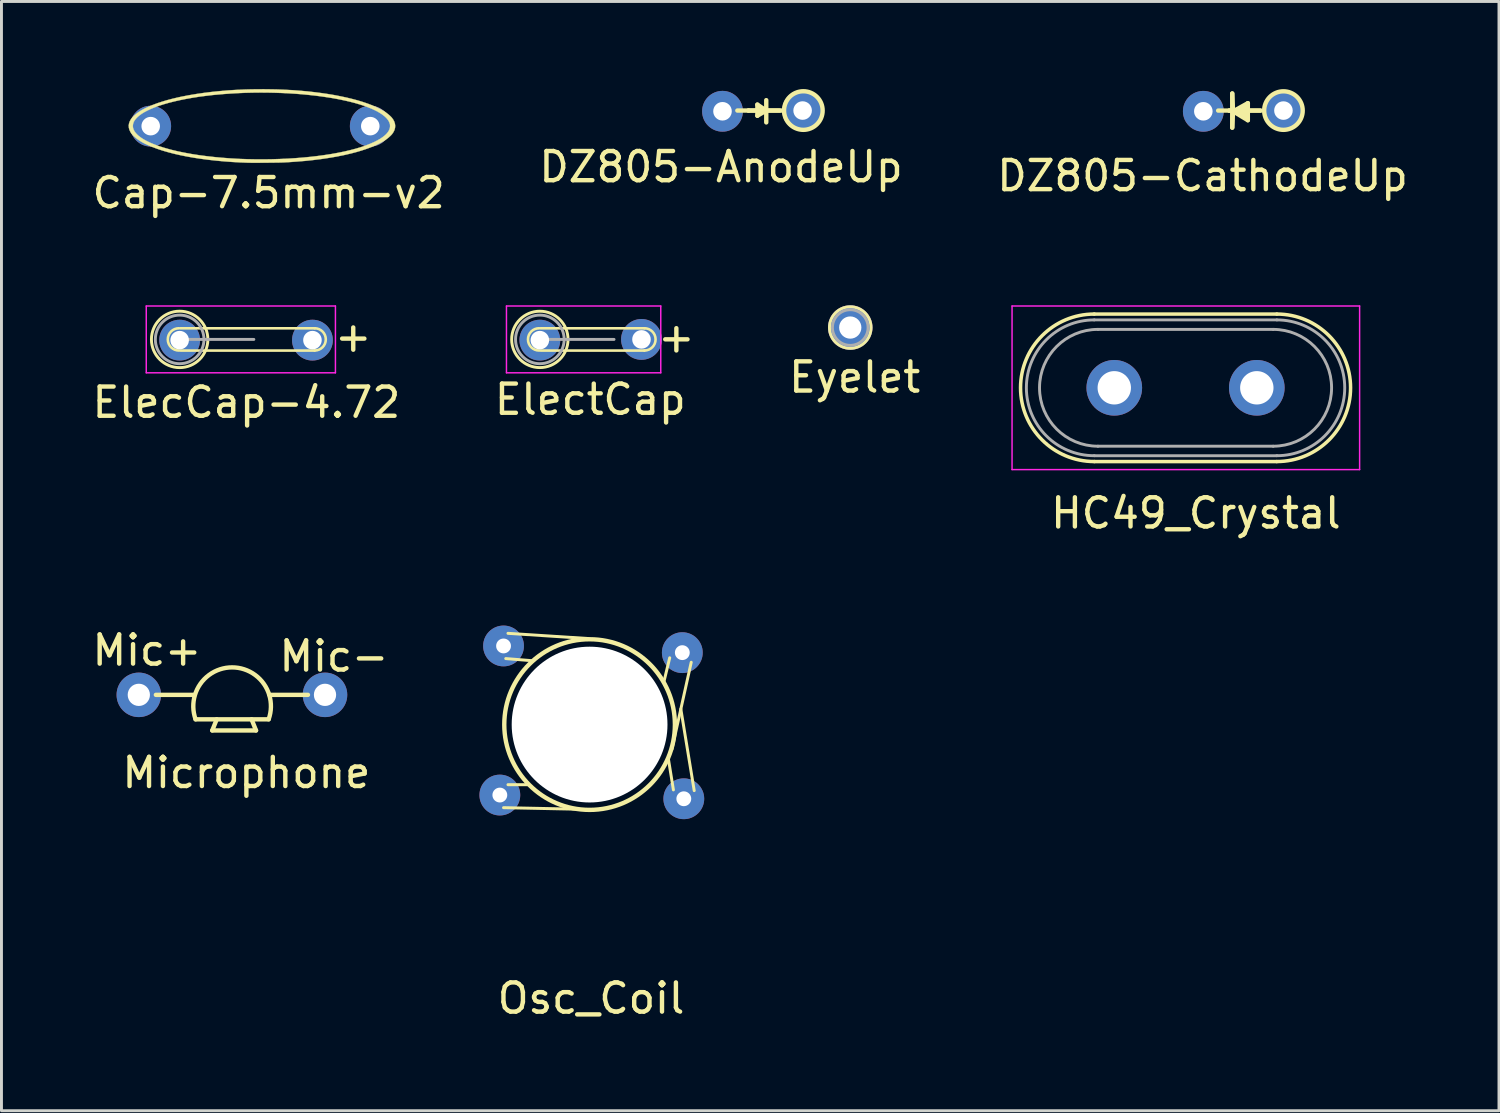
<source format=kicad_pcb>
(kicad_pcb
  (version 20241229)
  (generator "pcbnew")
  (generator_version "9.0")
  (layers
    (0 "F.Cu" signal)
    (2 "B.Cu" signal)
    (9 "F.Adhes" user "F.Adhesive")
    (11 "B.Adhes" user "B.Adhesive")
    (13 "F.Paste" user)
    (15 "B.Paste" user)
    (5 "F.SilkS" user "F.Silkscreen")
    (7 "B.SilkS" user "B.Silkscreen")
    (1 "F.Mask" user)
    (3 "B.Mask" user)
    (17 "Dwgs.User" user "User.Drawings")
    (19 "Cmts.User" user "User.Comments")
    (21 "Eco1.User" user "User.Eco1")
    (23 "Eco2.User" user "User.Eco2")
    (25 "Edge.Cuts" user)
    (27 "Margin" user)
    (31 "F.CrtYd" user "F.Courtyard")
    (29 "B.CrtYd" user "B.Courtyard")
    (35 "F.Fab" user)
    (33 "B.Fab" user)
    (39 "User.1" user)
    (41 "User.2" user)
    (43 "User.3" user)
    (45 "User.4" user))
  (footprint "Eyelet"
    (layer "F.Cu")
    (at 26.062 8.165)
    (property "Reference" "Eyelet" (at 0.152 1.702 0) (layer "F.SilkS") (effects (font (size 1 1) (thickness 0.15))))
    (attr through_hole)
    (fp_circle (center 0 0) (end 0.711 -0.025) (stroke (width 0.1) (type solid)) (fill no) (layer "F.SilkS"))
    (fp_circle (center 0 0) (end 0.61 -0.025) (stroke (width 0.1) (type solid)) (fill no) (layer "F.Fab"))
    (pad "1" thru_hole circle (at 0 0) (size 1.524 1.524) (drill 0.762) (layers "*.Cu" "*.Mask")))
  (footprint "DZ805-CathodeUp"
    (layer "F.Cu")
    (at 38.1 0.761)
    (property "Reference" "DZ805-CathodeUp" (at 0.025 2.21 0) (layer "F.SilkS") (effects (font (size 1 1) (thickness 0.15))))
    (attr through_hole)
    (fp_line (start 0.94 -0.025) (end 0.559 -0.025) (stroke (width 0.15) (type solid)) (layer "F.SilkS"))
    (fp_line (start 0.94 -0.025) (end 2.007 -0.025) (stroke (width 0.15) (type solid)) (layer "F.SilkS"))
    (fp_line (start 1.041 -0.61) (end 1.067 0) (stroke (width 0.15) (type solid)) (layer "F.SilkS"))
    (fp_line (start 1.041 0.559) (end 1.041 -0.61) (stroke (width 0.15) (type solid)) (layer "F.SilkS"))
    (fp_line (start 1.067 0) (end 1.575 0.305) (stroke (width 0.15) (type solid)) (layer "F.SilkS"))
    (fp_line (start 1.067 0.025) (end 1.041 0.559) (stroke (width 0.15) (type solid)) (layer "F.SilkS"))
    (fp_line (start 1.118 -0.025) (end 1.473 -0.127) (stroke (width 0.15) (type solid)) (layer "F.SilkS"))
    (fp_line (start 1.473 -0.127) (end 1.473 0.127) (stroke (width 0.15) (type solid)) (layer "F.SilkS"))
    (fp_line (start 1.473 0.127) (end 1.346 0.076) (stroke (width 0.15) (type solid)) (layer "F.SilkS"))
    (fp_line (start 1.575 -0.279) (end 1.118 -0.025) (stroke (width 0.15) (type solid)) (layer "F.SilkS"))
    (fp_line (start 1.575 0.305) (end 1.575 -0.279) (stroke (width 0.15) (type solid)) (layer "F.SilkS"))
    (fp_line (start 2.007 -0.025) (end 0.94 -0.025) (stroke (width 0.15) (type solid)) (layer "F.SilkS"))
    (fp_circle (center 2.794 -0.025) (end 3.454 -0.025) (stroke (width 0.15) (type solid)) (fill no) (layer "F.SilkS"))
    (pad "1" thru_hole circle (at 0.051 0) (size 1.397 1.397) (drill 0.635) (layers "B.Cu" "B.Mask"))
    (pad "2" thru_hole circle (at 2.794 -0.025) (size 1.397 1.397) (drill 0.635) (layers "B.Cu" "B.Mask")))
  (footprint "Cap-7.5mm-v2"
    (layer "F.Cu")
    (at 5.869 1.269)
    (property "Reference" "Cap-7.5mm-v2" (at 0.279 2.286 0) (layer "F.SilkS") (effects (font (size 1 1) (thickness 0.15))))
    (attr through_hole)
    (fp_poly (pts (xy 0.339 -1.261) (xy 0.559 -1.257) (xy 0.77 -1.249) (xy 0.856 -1.245) (xy 1.112 -1.231) (xy 1.363 -1.212) (xy 1.609 -1.19) (xy 1.849 -1.163) (xy 2.083 -1.133) (xy 2.309 -1.1) (xy 2.529 -1.063) (xy 2.74 -1.022) (xy 2.943 -0.979) (xy 3.137 -0.932) (xy 3.322 -0.883) (xy 3.496 -0.83) (xy 3.66 -0.775) (xy 3.813 -0.717) (xy 3.954 -0.657) (xy 4.083 -0.594) (xy 4.2 -0.529) (xy 4.276 -0.481) (xy 4.315 -0.453) (xy 4.357 -0.42) (xy 4.399 -0.385) (xy 4.438 -0.35) (xy 4.472 -0.317) (xy 4.498 -0.289) (xy 4.547 -0.221) (xy 4.582 -0.152) (xy 4.604 -0.081) (xy 4.612 -0.011) (xy 4.607 0.06) (xy 4.588 0.13) (xy 4.555 0.2) (xy 4.509 0.268) (xy 4.498 0.282) (xy 4.472 0.31) (xy 4.437 0.344) (xy 4.398 0.379) (xy 4.356 0.414) (xy 4.314 0.447) (xy 4.276 0.474) (xy 4.17 0.54) (xy 4.051 0.604) (xy 3.92 0.666) (xy 3.776 0.725) (xy 3.621 0.782) (xy 3.454 0.837) (xy 3.277 0.889) (xy 3.089 0.938) (xy 2.891 0.984) (xy 2.845 0.994) (xy 2.602 1.043) (xy 2.35 1.086) (xy 2.091 1.125) (xy 1.822 1.159) (xy 1.542 1.189) (xy 1.252 1.213) (xy 0.951 1.234) (xy 0.794 1.242) (xy 0.757 1.244) (xy 0.708 1.245) (xy 0.648 1.247) (xy 0.579 1.248) (xy 0.503 1.249) (xy 0.42 1.25) (xy 0.334 1.251) (xy 0.245 1.252) (xy 0.155 1.253) (xy 0.066 1.254) (xy -0.021 1.254) (xy -0.105 1.255) (xy -0.183 1.255) (xy -0.254 1.255) (xy -0.317 1.254) (xy -0.369 1.254) (xy -0.41 1.253) (xy -0.415 1.253) (xy -0.699 1.242) (xy -0.979 1.226) (xy -1.252 1.206) (xy -1.52 1.181) (xy -1.779 1.152) (xy -2.032 1.119) (xy -2.276 1.082) (xy -2.511 1.041) (xy -2.736 0.996) (xy -2.952 0.947) (xy -3.156 0.894) (xy -3.35 0.838) (xy -3.531 0.778) (xy -3.7 0.715) (xy -3.732 0.702) (xy -3.851 0.651) (xy -3.958 0.601) (xy -4.053 0.55) (xy -4.14 0.497) (xy -4.218 0.443) (xy -4.29 0.386) (xy -4.3 0.378) (xy -4.348 0.333) (xy -4.387 0.293) (xy -4.42 0.252) (xy -4.448 0.21) (xy -4.457 0.194) (xy -4.489 0.125) (xy -4.507 0.055) (xy -4.512 -0.015) (xy -4.512 -0.015) (xy -4.371 -0.015) (xy -4.366 0.048) (xy -4.348 0.112) (xy -4.316 0.174) (xy -4.27 0.237) (xy -4.21 0.299) (xy -4.179 0.327) (xy -4.096 0.391) (xy -4 0.453) (xy -3.89 0.513) (xy -3.767 0.572) (xy -3.631 0.628) (xy -3.483 0.682) (xy -3.321 0.734) (xy -3.147 0.784) (xy -3.039 0.813) (xy -2.82 0.865) (xy -2.589 0.912) (xy -2.347 0.956) (xy -2.096 0.995) (xy -1.836 1.029) (xy -1.568 1.059) (xy -1.294 1.084) (xy -1.014 1.105) (xy -0.73 1.121) (xy -0.443 1.131) (xy -0.153 1.137) (xy 0.138 1.137) (xy 0.367 1.134) (xy 0.65 1.125) (xy 0.927 1.113) (xy 1.198 1.096) (xy 1.462 1.075) (xy 1.719 1.05) (xy 1.968 1.021) (xy 2.209 0.988) (xy 2.441 0.952) (xy 2.664 0.911) (xy 2.876 0.868) (xy 3.078 0.82) (xy 3.269 0.77) (xy 3.449 0.716) (xy 3.616 0.658) (xy 3.765 0.6) (xy 3.891 0.544) (xy 4.005 0.487) (xy 4.105 0.429) (xy 4.193 0.369) (xy 4.267 0.309) (xy 4.328 0.248) (xy 4.375 0.186) (xy 4.406 0.131) (xy 4.429 0.066) (xy 4.437 0.003) (xy 4.433 -0.061) (xy 4.414 -0.124) (xy 4.382 -0.187) (xy 4.336 -0.25) (xy 4.276 -0.312) (xy 4.245 -0.339) (xy 4.161 -0.404) (xy 4.065 -0.466) (xy 3.956 -0.526) (xy 3.835 -0.584) (xy 3.702 -0.639) (xy 3.559 -0.692) (xy 3.405 -0.742) (xy 3.242 -0.79) (xy 3.069 -0.835) (xy 2.887 -0.877) (xy 2.697 -0.917) (xy 2.5 -0.954) (xy 2.295 -0.987) (xy 2.084 -1.018) (xy 1.866 -1.046) (xy 1.644 -1.07) (xy 1.416 -1.092) (xy 1.183 -1.11) (xy 0.947 -1.125) (xy 0.707 -1.136) (xy 0.464 -1.144) (xy 0.218 -1.149) (xy -0.029 -1.15) (xy -0.277 -1.147) (xy -0.526 -1.141) (xy -0.776 -1.13) (xy -1.025 -1.116) (xy -1.273 -1.098) (xy -1.52 -1.076) (xy -1.637 -1.065) (xy -1.873 -1.037) (xy -2.103 -1.007) (xy -2.325 -0.972) (xy -2.539 -0.934) (xy -2.744 -0.893) (xy -2.941 -0.849) (xy -3.127 -0.802) (xy -3.303 -0.752) (xy -3.467 -0.7) (xy -3.62 -0.645) (xy -3.761 -0.587) (xy -3.888 -0.527) (xy -3.89 -0.526) (xy -3.985 -0.475) (xy -4.071 -0.421) (xy -4.148 -0.365) (xy -4.214 -0.308) (xy -4.269 -0.25) (xy -4.313 -0.193) (xy -4.34 -0.144) (xy -4.362 -0.079) (xy -4.371 -0.015) (xy -4.512 -0.015) (xy -4.503 -0.085) (xy -4.481 -0.155) (xy -4.445 -0.223) (xy -4.397 -0.289) (xy -4.371 -0.317) (xy -4.337 -0.35) (xy -4.297 -0.386) (xy -4.255 -0.421) (xy -4.213 -0.454) (xy -4.175 -0.481) (xy -4.07 -0.547) (xy -3.952 -0.61) (xy -3.821 -0.671) (xy -3.678 -0.731) (xy -3.524 -0.788) (xy -3.358 -0.842) (xy -3.182 -0.894) (xy -2.995 -0.943) (xy -2.799 -0.989) (xy -2.691 -1.012) (xy -2.452 -1.058) (xy -2.202 -1.1) (xy -1.943 -1.138) (xy -1.676 -1.171) (xy -1.403 -1.199) (xy -1.125 -1.223) (xy -0.844 -1.241) (xy -0.756 -1.245) (xy -0.549 -1.254) (xy -0.333 -1.26) (xy -0.11 -1.263) (xy 0.115 -1.264) (xy 0.339 -1.261)) (stroke (width 0.01) (type solid)) (fill yes) (layer "F.SilkS"))
    (pad "1" thru_hole circle (at -3.759 0) (size 1.397 1.397) (drill 0.635) (layers "B.Cu" "B.Mask"))
    (pad "2" thru_hole circle (at 3.759 0) (size 1.397 1.397) (drill 0.635) (layers "B.Cu" "B.Mask")))
  (footprint "DZ805-AnodeUp"
    (layer "F.Cu")
    (at 21.637 0.735)
    (property "Reference" "DZ805-AnodeUp" (at 0 1.93 0) (layer "F.SilkS") (effects (font (size 1 1) (thickness 0.15))))
    (attr through_hole)
    (fp_line (start 0.94 0) (end 0.559 0) (stroke (width 0.15) (type solid)) (layer "F.SilkS"))
    (fp_line (start 0.94 0) (end 2.083 0) (stroke (width 0.15) (type solid)) (layer "F.SilkS"))
    (fp_line (start 1.245 -0.203) (end 1.549 0) (stroke (width 0.15) (type solid)) (layer "F.SilkS"))
    (fp_line (start 1.245 0.178) (end 1.245 -0.203) (stroke (width 0.15) (type solid)) (layer "F.SilkS"))
    (fp_line (start 1.549 -0.356) (end 1.549 0) (stroke (width 0.15) (type solid)) (layer "F.SilkS"))
    (fp_line (start 1.549 0) (end 1.245 0.178) (stroke (width 0.15) (type solid)) (layer "F.SilkS"))
    (fp_line (start 1.549 0) (end 1.549 0.406) (stroke (width 0.15) (type solid)) (layer "F.SilkS"))
    (fp_line (start 2.007 0) (end 0.94 0) (stroke (width 0.15) (type solid)) (layer "F.SilkS"))
    (fp_circle (center 2.819 0) (end 3.48 0) (stroke (width 0.15) (type solid)) (fill no) (layer "F.SilkS"))
    (pad "1" thru_hole circle (at 2.794 0) (size 1.397 1.397) (drill 0.635) (layers "B.Cu" "B.Mask"))
    (pad "2" thru_hole circle (at 0.051 0.025) (size 1.397 1.397) (drill 0.635) (layers "B.Cu" "B.Mask")))
  (footprint "ElecCap-4.72"
    (layer "F.Cu")
    (at 3.076 8.596)
    (property "Reference" "ElecCap-4.72" (at 2.311 2.134 0) (layer "F.SilkS") (effects (font (size 1 1) (thickness 0.15))))
    (attr through_hole)
    (fp_line (start 0.051 -0.406) (end 4.648 -0.406) (stroke (width 0.089) (type solid)) (layer "F.SilkS"))
    (fp_line (start 4.648 0.356) (end 0.051 0.356) (stroke (width 0.089) (type solid)) (layer "F.SilkS"))
    (fp_arc (start 0 0.3556) (mid -0.381 -0.0254) (end 0 -0.4064) (stroke (width 0.0889) (type solid)) (layer "F.SilkS"))
    (fp_arc (start 4.6482 -0.4064) (mid 5.0292 -0.0254) (end 4.6482 0.3556) (stroke (width 0.0889) (type solid)) (layer "F.SilkS"))
    (fp_circle (center 0.025 -0.025) (end 0.991 -0.025) (stroke (width 0.1) (type solid)) (fill no) (layer "F.SilkS"))
    (fp_line (start -1.118 -1.168) (end -1.118 1.118) (stroke (width 0.05) (type solid)) (layer "F.CrtYd"))
    (fp_line (start -1.118 1.118) (end 5.359 1.118) (stroke (width 0.05) (type solid)) (layer "F.CrtYd"))
    (fp_line (start 5.359 -1.168) (end -1.118 -1.168) (stroke (width 0.05) (type solid)) (layer "F.CrtYd"))
    (fp_line (start 5.359 1.118) (end 5.359 -1.168) (stroke (width 0.05) (type solid)) (layer "F.CrtYd"))
    (fp_line (start 0.025 -0.025) (end 2.565 -0.025) (stroke (width 0.1) (type solid)) (layer "F.Fab"))
    (fp_circle (center 0.025 -0.025) (end 0.857 -0.025) (stroke (width 0.1) (type solid)) (fill no) (layer "F.Fab"))
    (fp_text user "+" (at 5.969 -0.127 0) (layer "F.SilkS") (effects (font (size 1 1) (thickness 0.15))))
    (pad "1" thru_hole circle (at 4.572 0) (size 1.397 1.397) (drill 0.635) (layers "*.Cu" "*.Mask"))
    (pad "2" thru_hole circle (at 0.025 0) (size 1.397 1.397) (drill 0.635) (layers "*.Cu" "*.Mask")))
  (footprint "HC49_Crystal"
    (layer "F.Cu")
    (at 35.077 10.228)
    (property "Reference" "HC49_Crystal" (at 2.819 4.293 0) (layer "F.SilkS") (effects (font (size 1 1) (thickness 0.15))))
    (attr through_hole)
    (fp_line (start -0.66 -2.525) (end 5.59 -2.525) (stroke (width 0.12) (type solid)) (layer "F.SilkS"))
    (fp_line (start -0.66 2.525) (end 5.59 2.525) (stroke (width 0.12) (type solid)) (layer "F.SilkS"))
    (fp_arc (start -0.6596 2.525) (mid -3.1846 0) (end -0.6596 -2.525) (stroke (width 0.12) (type solid)) (layer "F.SilkS"))
    (fp_arc (start 5.5904 -2.525) (mid 8.1154 0) (end 5.5904 2.525) (stroke (width 0.12) (type solid)) (layer "F.SilkS"))
    (fp_line (start -3.475 -2.8) (end -3.475 2.8) (stroke (width 0.05) (type solid)) (layer "F.CrtYd"))
    (fp_line (start -3.475 2.8) (end 8.425 2.8) (stroke (width 0.05) (type solid)) (layer "F.CrtYd"))
    (fp_line (start 8.425 -2.8) (end -3.475 -2.8) (stroke (width 0.05) (type solid)) (layer "F.CrtYd"))
    (fp_line (start 8.425 2.8) (end 8.425 -2.8) (stroke (width 0.05) (type solid)) (layer "F.CrtYd"))
    (fp_line (start -0.66 -2.325) (end 5.59 -2.325) (stroke (width 0.1) (type solid)) (layer "F.Fab"))
    (fp_line (start -0.66 2.325) (end 5.59 2.325) (stroke (width 0.1) (type solid)) (layer "F.Fab"))
    (fp_line (start -0.535 -2) (end 5.465 -2) (stroke (width 0.1) (type solid)) (layer "F.Fab"))
    (fp_line (start -0.535 2) (end 5.465 2) (stroke (width 0.1) (type solid)) (layer "F.Fab"))
    (fp_arc (start -0.6596 2.325) (mid -2.9846 0) (end -0.6596 -2.325) (stroke (width 0.1) (type solid)) (layer "F.Fab"))
    (fp_arc (start -0.5346 2) (mid -2.5346 0) (end -0.5346 -2) (stroke (width 0.1) (type solid)) (layer "F.Fab"))
    (fp_arc (start 5.4654 -2) (mid 7.4654 0) (end 5.4654 2) (stroke (width 0.1) (type solid)) (layer "F.Fab"))
    (fp_arc (start 5.5904 -2.325) (mid 7.9154 0) (end 5.5904 2.325) (stroke (width 0.1) (type solid)) (layer "F.Fab"))
    (pad "1" thru_hole circle (at 0.025 0) (size 1.905 1.905) (drill 1.143) (layers "B.Cu" "B.Mask"))
    (pad "2" thru_hole circle (at 4.905 0) (size 1.905 1.905) (drill 1.143) (layers "B.Cu" "B.Mask")))
  (footprint "Osc_Coil"
    (layer "F.Cu")
    (at 17.061 21.734)
    (property "Reference" "Osc_Coil" (at 0.127 9.398 0) (layer "F.SilkS") (effects (font (size 1 1) (thickness 0.15))))
    (attr through_hole)
    (fp_line (start -2.87 2.87) (end -0.381 2.921) (stroke (width 0.102) (type solid)) (layer "F.SilkS"))
    (fp_line (start -2.794 -2.235) (end -1.854 -2.159) (stroke (width 0.102) (type solid)) (layer "F.SilkS"))
    (fp_line (start -2.718 -3.099) (end 0.025 -2.921) (stroke (width 0.102) (type solid)) (layer "F.SilkS"))
    (fp_line (start -2.057 2.083) (end -2.718 2.083) (stroke (width 0.102) (type solid)) (layer "F.SilkS"))
    (fp_line (start -0.66 -0.991) (end -0.508 -0.787) (stroke (width 0.15) (type solid)) (layer "F.SilkS"))
    (fp_line (start -0.584 -1.067) (end -0.635 -1.016) (stroke (width 0.15) (type solid)) (layer "F.SilkS"))
    (fp_line (start -0.508 -0.787) (end -0.584 -1.067) (stroke (width 0.15) (type solid)) (layer "F.SilkS"))
    (fp_line (start 0.711 -1.016) (end 0.737 -0.762) (stroke (width 0.15) (type solid)) (layer "F.SilkS"))
    (fp_line (start 0.737 -0.864) (end 0.711 -0.864) (stroke (width 0.15) (type solid)) (layer "F.SilkS"))
    (fp_line (start 0.737 -0.787) (end 0.737 -0.864) (stroke (width 0.15) (type solid)) (layer "F.SilkS"))
    (fp_line (start 0.737 -0.762) (end 0.737 -0.787) (stroke (width 0.15) (type solid)) (layer "F.SilkS"))
    (fp_line (start 1.067 -1.702) (end 1.422 -2.032) (stroke (width 0.15) (type solid)) (layer "F.SilkS"))
    (fp_line (start 1.372 -2.108) (end 1.524 -1.93) (stroke (width 0.15) (type solid)) (layer "F.SilkS"))
    (fp_line (start 1.524 -1.93) (end 1.067 -1.702) (stroke (width 0.15) (type solid)) (layer "F.SilkS"))
    (fp_line (start 1.93 -1.016) (end 1.93 -0.787) (stroke (width 0.15) (type solid)) (layer "F.SilkS"))
    (fp_line (start 1.93 -0.787) (end 1.803 -0.864) (stroke (width 0.15) (type solid)) (layer "F.SilkS"))
    (fp_line (start 2.819 -2.261) (end 2.616 -1.422) (stroke (width 0.102) (type solid)) (layer "F.SilkS"))
    (fp_line (start 2.946 2.261) (end 2.769 1.168) (stroke (width 0.102) (type solid)) (layer "F.SilkS"))
    (fp_line (start 3.556 -2.108) (end 2.896 0.864) (stroke (width 0.102) (type solid)) (layer "F.SilkS"))
    (fp_line (start 3.658 2.286) (end 3.2 -0.508) (stroke (width 0.102) (type solid)) (layer "F.SilkS"))
    (fp_circle (center 0.076 0.025) (end 2.997 0.025) (stroke (width 0.15) (type solid)) (fill no) (layer "F.SilkS"))
    (pad "" np_thru_hole circle (at 0.076 0.025) (size 5.334 5.334) (drill 5.334) (layers "*.Cu" "*.Mask"))
    (pad "1" thru_hole circle (at -2.87 -2.667) (size 1.397 1.397) (drill 0.508) (layers "B.Cu" "B.Mask"))
    (pad "2" thru_hole circle (at -2.997 2.438) (size 1.397 1.397) (drill 0.508) (layers "B.Cu" "B.Mask"))
    (pad "3" thru_hole circle (at 3.251 -2.438) (size 1.397 1.397) (drill 0.508) (layers "B.Cu" "B.Mask"))
    (pad "4" thru_hole circle (at 3.302 2.565) (size 1.397 1.397) (drill 0.508) (layers "B.Cu" "B.Mask")))
  (footprint "ElectCap"
    (layer "F.Cu")
    (at 15.434 8.596)
    (property "Reference" "ElectCap" (at 1.727 2.032 0) (layer "F.SilkS") (effects (font (size 1 1) (thickness 0.15))))
    (attr through_hole)
    (fp_line (start 0.025 -0.406) (end 3.581 -0.406) (stroke (width 0.089) (type solid)) (layer "F.SilkS"))
    (fp_line (start 3.581 0.356) (end 0.025 0.356) (stroke (width 0.089) (type solid)) (layer "F.SilkS"))
    (fp_arc (start -0.0254 0.3556) (mid -0.4064 -0.0254) (end -0.0254 -0.4064) (stroke (width 0.0889) (type solid)) (layer "F.SilkS"))
    (fp_arc (start 3.5814 -0.4064) (mid 3.9624 -0.0254) (end 3.5814 0.3556) (stroke (width 0.0889) (type solid)) (layer "F.SilkS"))
    (fp_circle (center 0 -0.025) (end 0.965 -0.025) (stroke (width 0.1) (type solid)) (fill no) (layer "F.SilkS"))
    (fp_line (start -1.143 -1.168) (end -1.143 1.118) (stroke (width 0.05) (type solid)) (layer "F.CrtYd"))
    (fp_line (start -1.143 1.118) (end 4.14 1.118) (stroke (width 0.05) (type solid)) (layer "F.CrtYd"))
    (fp_line (start 4.14 -1.168) (end -1.143 -1.168) (stroke (width 0.05) (type solid)) (layer "F.CrtYd"))
    (fp_line (start 4.14 1.118) (end 4.14 -1.168) (stroke (width 0.05) (type solid)) (layer "F.CrtYd"))
    (fp_line (start 0 -0.025) (end 2.54 -0.025) (stroke (width 0.1) (type solid)) (layer "F.Fab"))
    (fp_circle (center 0 -0.025) (end 0.832 -0.025) (stroke (width 0.1) (type solid)) (fill no) (layer "F.Fab"))
    (fp_text user "+" (at 4.674 -0.102 0) (layer "F.SilkS") (effects (font (size 1 1) (thickness 0.15))))
    (pad "1" thru_hole circle (at 3.48 -0.025) (size 1.397 1.397) (drill 0.635) (layers "*.Cu" "*.Mask"))
    (pad "2" thru_hole circle (at 0 0) (size 1.397 1.397) (drill 0.635) (layers "*.Cu" "*.Mask")))
  (footprint "Microphone"
    (layer "F.Cu")
    (at 1.703 20.741)
    (property "Reference" "Microphone" (at 3.683 2.667 0) (layer "F.SilkS") (effects (font (size 1 1) (thickness 0.15))))
    (attr through_hole)
    (fp_line (start 1.905 0) (end 0.584 0) (stroke (width 0.15) (type solid)) (layer "F.SilkS"))
    (fp_line (start 2.515 1.219) (end 2.667 0.838) (stroke (width 0.15) (type solid)) (layer "F.SilkS"))
    (fp_line (start 2.515 1.219) (end 4.013 1.219) (stroke (width 0.15) (type solid)) (layer "F.SilkS"))
    (fp_line (start 3.861 0.838) (end 4.013 1.219) (stroke (width 0.15) (type solid)) (layer "F.SilkS"))
    (fp_line (start 4.445 0.838) (end 1.943 0.838) (stroke (width 0.15) (type solid)) (layer "F.SilkS"))
    (fp_line (start 5.791 0) (end 4.47 0) (stroke (width 0.15) (type solid)) (layer "F.SilkS"))
    (fp_arc (start 1.943398 0.837728) (mid 3.194535 -0.94018) (end 4.445 0.8382) (stroke (width 0.15) (type solid)) (layer "F.SilkS"))
    (fp_text user "Mic-" (at 6.68 -1.321 0) (layer "F.SilkS") (effects (font (size 1 1) (thickness 0.15))))
    (fp_text user "Mic+" (at 0.279 -1.524 0) (layer "F.SilkS") (effects (font (size 1 1) (thickness 0.15))))
    (pad "1" thru_hole circle (at 0 0) (size 1.524 1.524) (drill 0.762) (layers "*.Cu" "*.Mask"))
    (pad "2" thru_hole circle (at 6.375 0) (size 1.524 1.524) (drill 0.762) (layers "*.Cu" "*.Mask")))
  (gr_rect
    (start -3 -3)
    (end 48.274 34.98)
    (stroke (width 0.1) (type default))
    (fill no)
    (layer "Edge.Cuts")))
</source>
